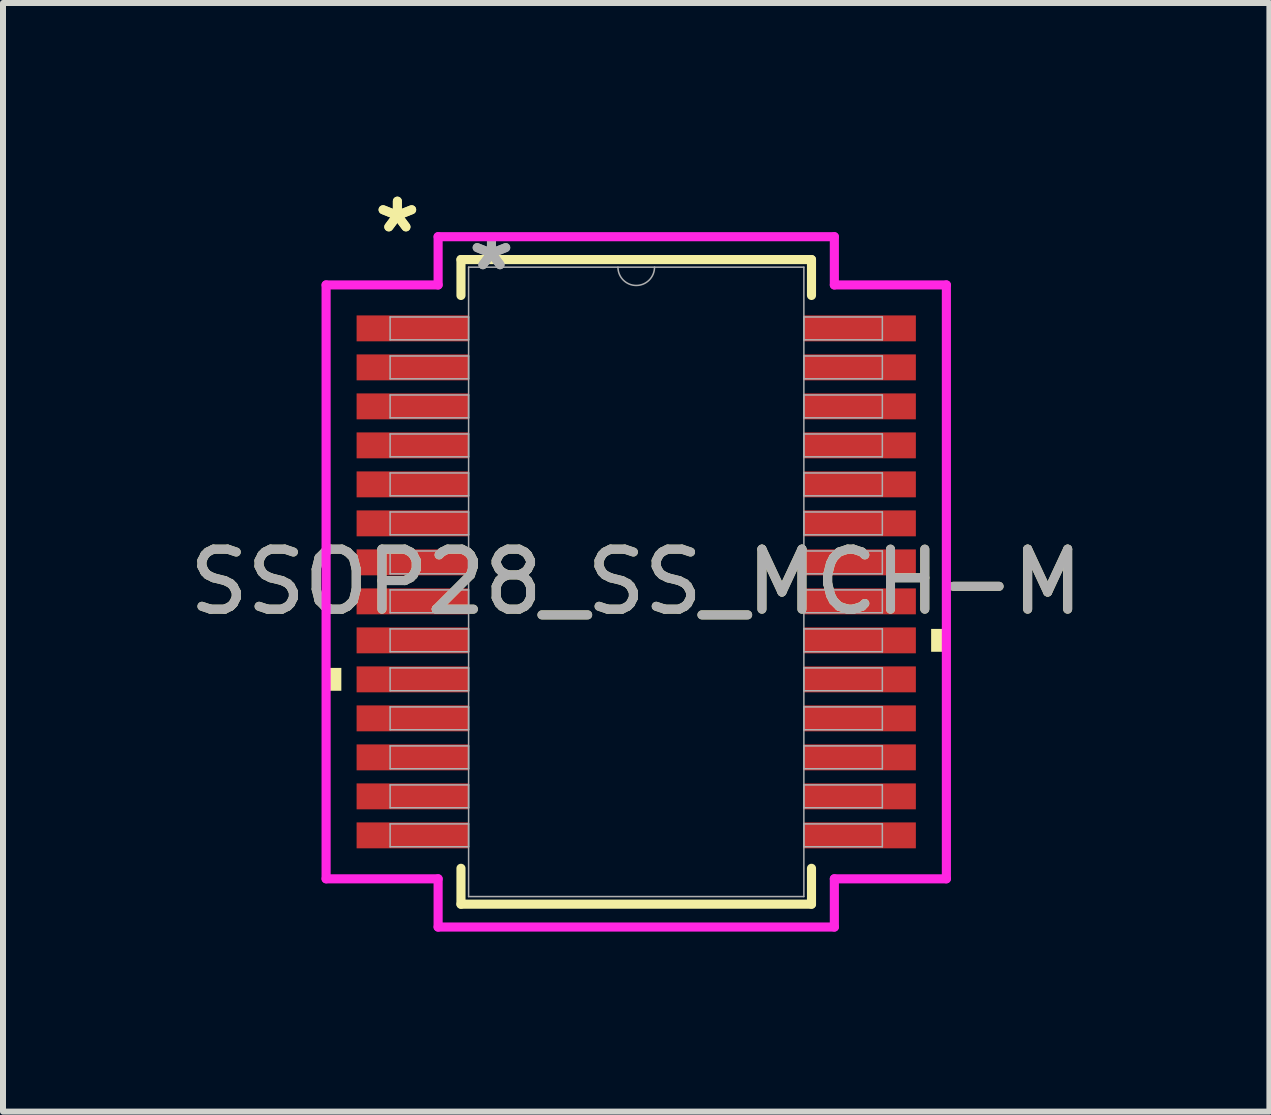
<source format=kicad_pcb>
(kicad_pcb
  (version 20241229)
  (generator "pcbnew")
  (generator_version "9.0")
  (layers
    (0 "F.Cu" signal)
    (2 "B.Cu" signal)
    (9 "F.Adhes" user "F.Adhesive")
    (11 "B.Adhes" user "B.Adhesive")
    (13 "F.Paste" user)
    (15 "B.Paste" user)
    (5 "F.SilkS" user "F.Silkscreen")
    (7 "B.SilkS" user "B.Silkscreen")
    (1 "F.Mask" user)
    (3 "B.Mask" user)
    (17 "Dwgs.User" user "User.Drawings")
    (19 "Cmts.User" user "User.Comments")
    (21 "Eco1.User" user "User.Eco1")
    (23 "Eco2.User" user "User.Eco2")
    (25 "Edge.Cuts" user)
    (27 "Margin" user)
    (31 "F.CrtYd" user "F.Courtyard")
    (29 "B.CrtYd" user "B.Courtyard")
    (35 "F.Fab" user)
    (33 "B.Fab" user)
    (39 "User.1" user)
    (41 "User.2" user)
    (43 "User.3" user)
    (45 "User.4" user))
  (footprint "SSOP28_SS_MCH-M"
    (layer "F.Cu")
    (at 7.554 6.648)
    (property "Reference" "SSOP28_SS_MCH-M" (at 0 0 0) (unlocked yes) (layer "F.SilkS") (effects (font (size 1 1) (thickness 0.15))))
    (attr smd)
    (fp_line (start -2.921 -5.372) (end -2.921 -4.774) (stroke (width 0.152) (type solid)) (layer "F.SilkS"))
    (fp_line (start -2.921 4.774) (end -2.921 5.372) (stroke (width 0.152) (type solid)) (layer "F.SilkS"))
    (fp_line (start -2.921 5.372) (end 2.921 5.372) (stroke (width 0.152) (type solid)) (layer "F.SilkS"))
    (fp_line (start 2.921 -5.372) (end -2.921 -5.372) (stroke (width 0.152) (type solid)) (layer "F.SilkS"))
    (fp_line (start 2.921 -4.774) (end 2.921 -5.372) (stroke (width 0.152) (type solid)) (layer "F.SilkS"))
    (fp_line (start 2.921 5.372) (end 2.921 4.774) (stroke (width 0.152) (type solid)) (layer "F.SilkS"))
    (fp_poly (pts (xy -5.169 1.434) (xy -5.169 1.815) (xy -4.915 1.815) (xy -4.915 1.434)) (stroke (width 0) (type solid)) (fill yes) (layer "F.SilkS"))
    (fp_poly (pts (xy 5.169 0.784) (xy 5.169 1.165) (xy 4.915 1.165) (xy 4.915 0.784)) (stroke (width 0) (type solid)) (fill yes) (layer "F.SilkS"))
    (fp_line (start -5.169 -4.949) (end -3.302 -4.949) (stroke (width 0.152) (type solid)) (layer "F.CrtYd"))
    (fp_line (start -5.169 4.949) (end -5.169 -4.949) (stroke (width 0.152) (type solid)) (layer "F.CrtYd"))
    (fp_line (start -5.169 4.949) (end -3.302 4.949) (stroke (width 0.152) (type solid)) (layer "F.CrtYd"))
    (fp_line (start -3.302 -5.753) (end 3.302 -5.753) (stroke (width 0.152) (type solid)) (layer "F.CrtYd"))
    (fp_line (start -3.302 -4.949) (end -3.302 -5.753) (stroke (width 0.152) (type solid)) (layer "F.CrtYd"))
    (fp_line (start -3.302 5.753) (end -3.302 4.949) (stroke (width 0.152) (type solid)) (layer "F.CrtYd"))
    (fp_line (start 3.302 -5.753) (end 3.302 -4.949) (stroke (width 0.152) (type solid)) (layer "F.CrtYd"))
    (fp_line (start 3.302 4.949) (end 3.302 5.753) (stroke (width 0.152) (type solid)) (layer "F.CrtYd"))
    (fp_line (start 3.302 5.753) (end -3.302 5.753) (stroke (width 0.152) (type solid)) (layer "F.CrtYd"))
    (fp_line (start 5.169 -4.949) (end 3.302 -4.949) (stroke (width 0.152) (type solid)) (layer "F.CrtYd"))
    (fp_line (start 5.169 -4.949) (end 5.169 4.949) (stroke (width 0.152) (type solid)) (layer "F.CrtYd"))
    (fp_line (start 5.169 4.949) (end 3.302 4.949) (stroke (width 0.152) (type solid)) (layer "F.CrtYd"))
    (fp_line (start -4.102 -4.415) (end -4.102 -4.034) (stroke (width 0.025) (type solid)) (layer "F.Fab"))
    (fp_line (start -4.102 -4.034) (end -2.794 -4.034) (stroke (width 0.025) (type solid)) (layer "F.Fab"))
    (fp_line (start -4.102 -3.765) (end -4.102 -3.384) (stroke (width 0.025) (type solid)) (layer "F.Fab"))
    (fp_line (start -4.102 -3.384) (end -2.794 -3.384) (stroke (width 0.025) (type solid)) (layer "F.Fab"))
    (fp_line (start -4.102 -3.115) (end -4.102 -2.734) (stroke (width 0.025) (type solid)) (layer "F.Fab"))
    (fp_line (start -4.102 -2.734) (end -2.794 -2.734) (stroke (width 0.025) (type solid)) (layer "F.Fab"))
    (fp_line (start -4.102 -2.465) (end -4.102 -2.084) (stroke (width 0.025) (type solid)) (layer "F.Fab"))
    (fp_line (start -4.102 -2.084) (end -2.794 -2.084) (stroke (width 0.025) (type solid)) (layer "F.Fab"))
    (fp_line (start -4.102 -1.815) (end -4.102 -1.434) (stroke (width 0.025) (type solid)) (layer "F.Fab"))
    (fp_line (start -4.102 -1.434) (end -2.794 -1.434) (stroke (width 0.025) (type solid)) (layer "F.Fab"))
    (fp_line (start -4.102 -1.165) (end -4.102 -0.784) (stroke (width 0.025) (type solid)) (layer "F.Fab"))
    (fp_line (start -4.102 -0.784) (end -2.794 -0.784) (stroke (width 0.025) (type solid)) (layer "F.Fab"))
    (fp_line (start -4.102 -0.515) (end -4.102 -0.134) (stroke (width 0.025) (type solid)) (layer "F.Fab"))
    (fp_line (start -4.102 -0.134) (end -2.794 -0.134) (stroke (width 0.025) (type solid)) (layer "F.Fab"))
    (fp_line (start -4.102 0.134) (end -4.102 0.515) (stroke (width 0.025) (type solid)) (layer "F.Fab"))
    (fp_line (start -4.102 0.515) (end -2.794 0.515) (stroke (width 0.025) (type solid)) (layer "F.Fab"))
    (fp_line (start -4.102 0.784) (end -4.102 1.165) (stroke (width 0.025) (type solid)) (layer "F.Fab"))
    (fp_line (start -4.102 1.165) (end -2.794 1.165) (stroke (width 0.025) (type solid)) (layer "F.Fab"))
    (fp_line (start -4.102 1.434) (end -4.102 1.815) (stroke (width 0.025) (type solid)) (layer "F.Fab"))
    (fp_line (start -4.102 1.815) (end -2.794 1.815) (stroke (width 0.025) (type solid)) (layer "F.Fab"))
    (fp_line (start -4.102 2.084) (end -4.102 2.465) (stroke (width 0.025) (type solid)) (layer "F.Fab"))
    (fp_line (start -4.102 2.465) (end -2.794 2.465) (stroke (width 0.025) (type solid)) (layer "F.Fab"))
    (fp_line (start -4.102 2.734) (end -4.102 3.115) (stroke (width 0.025) (type solid)) (layer "F.Fab"))
    (fp_line (start -4.102 3.115) (end -2.794 3.115) (stroke (width 0.025) (type solid)) (layer "F.Fab"))
    (fp_line (start -4.102 3.384) (end -4.102 3.765) (stroke (width 0.025) (type solid)) (layer "F.Fab"))
    (fp_line (start -4.102 3.765) (end -2.794 3.765) (stroke (width 0.025) (type solid)) (layer "F.Fab"))
    (fp_line (start -4.102 4.034) (end -4.102 4.415) (stroke (width 0.025) (type solid)) (layer "F.Fab"))
    (fp_line (start -4.102 4.415) (end -2.794 4.415) (stroke (width 0.025) (type solid)) (layer "F.Fab"))
    (fp_line (start -2.794 -5.245) (end -2.794 5.245) (stroke (width 0.025) (type solid)) (layer "F.Fab"))
    (fp_line (start -2.794 -4.415) (end -4.102 -4.415) (stroke (width 0.025) (type solid)) (layer "F.Fab"))
    (fp_line (start -2.794 -4.034) (end -2.794 -4.415) (stroke (width 0.025) (type solid)) (layer "F.Fab"))
    (fp_line (start -2.794 -3.765) (end -4.102 -3.765) (stroke (width 0.025) (type solid)) (layer "F.Fab"))
    (fp_line (start -2.794 -3.384) (end -2.794 -3.765) (stroke (width 0.025) (type solid)) (layer "F.Fab"))
    (fp_line (start -2.794 -3.115) (end -4.102 -3.115) (stroke (width 0.025) (type solid)) (layer "F.Fab"))
    (fp_line (start -2.794 -2.734) (end -2.794 -3.115) (stroke (width 0.025) (type solid)) (layer "F.Fab"))
    (fp_line (start -2.794 -2.465) (end -4.102 -2.465) (stroke (width 0.025) (type solid)) (layer "F.Fab"))
    (fp_line (start -2.794 -2.084) (end -2.794 -2.465) (stroke (width 0.025) (type solid)) (layer "F.Fab"))
    (fp_line (start -2.794 -1.815) (end -4.102 -1.815) (stroke (width 0.025) (type solid)) (layer "F.Fab"))
    (fp_line (start -2.794 -1.434) (end -2.794 -1.815) (stroke (width 0.025) (type solid)) (layer "F.Fab"))
    (fp_line (start -2.794 -1.165) (end -4.102 -1.165) (stroke (width 0.025) (type solid)) (layer "F.Fab"))
    (fp_line (start -2.794 -0.784) (end -2.794 -1.165) (stroke (width 0.025) (type solid)) (layer "F.Fab"))
    (fp_line (start -2.794 -0.515) (end -4.102 -0.515) (stroke (width 0.025) (type solid)) (layer "F.Fab"))
    (fp_line (start -2.794 -0.134) (end -2.794 -0.515) (stroke (width 0.025) (type solid)) (layer "F.Fab"))
    (fp_line (start -2.794 0.134) (end -4.102 0.134) (stroke (width 0.025) (type solid)) (layer "F.Fab"))
    (fp_line (start -2.794 0.515) (end -2.794 0.134) (stroke (width 0.025) (type solid)) (layer "F.Fab"))
    (fp_line (start -2.794 0.784) (end -4.102 0.784) (stroke (width 0.025) (type solid)) (layer "F.Fab"))
    (fp_line (start -2.794 1.165) (end -2.794 0.784) (stroke (width 0.025) (type solid)) (layer "F.Fab"))
    (fp_line (start -2.794 1.434) (end -4.102 1.434) (stroke (width 0.025) (type solid)) (layer "F.Fab"))
    (fp_line (start -2.794 1.815) (end -2.794 1.434) (stroke (width 0.025) (type solid)) (layer "F.Fab"))
    (fp_line (start -2.794 2.084) (end -4.102 2.084) (stroke (width 0.025) (type solid)) (layer "F.Fab"))
    (fp_line (start -2.794 2.465) (end -2.794 2.084) (stroke (width 0.025) (type solid)) (layer "F.Fab"))
    (fp_line (start -2.794 2.734) (end -4.102 2.734) (stroke (width 0.025) (type solid)) (layer "F.Fab"))
    (fp_line (start -2.794 3.115) (end -2.794 2.734) (stroke (width 0.025) (type solid)) (layer "F.Fab"))
    (fp_line (start -2.794 3.384) (end -4.102 3.384) (stroke (width 0.025) (type solid)) (layer "F.Fab"))
    (fp_line (start -2.794 3.765) (end -2.794 3.384) (stroke (width 0.025) (type solid)) (layer "F.Fab"))
    (fp_line (start -2.794 4.034) (end -4.102 4.034) (stroke (width 0.025) (type solid)) (layer "F.Fab"))
    (fp_line (start -2.794 4.415) (end -2.794 4.034) (stroke (width 0.025) (type solid)) (layer "F.Fab"))
    (fp_line (start -2.794 5.245) (end 2.794 5.245) (stroke (width 0.025) (type solid)) (layer "F.Fab"))
    (fp_line (start 2.794 -5.245) (end -2.794 -5.245) (stroke (width 0.025) (type solid)) (layer "F.Fab"))
    (fp_line (start 2.794 -4.415) (end 2.794 -4.034) (stroke (width 0.025) (type solid)) (layer "F.Fab"))
    (fp_line (start 2.794 -4.034) (end 4.102 -4.034) (stroke (width 0.025) (type solid)) (layer "F.Fab"))
    (fp_line (start 2.794 -3.765) (end 2.794 -3.384) (stroke (width 0.025) (type solid)) (layer "F.Fab"))
    (fp_line (start 2.794 -3.384) (end 4.102 -3.384) (stroke (width 0.025) (type solid)) (layer "F.Fab"))
    (fp_line (start 2.794 -3.115) (end 2.794 -2.734) (stroke (width 0.025) (type solid)) (layer "F.Fab"))
    (fp_line (start 2.794 -2.734) (end 4.102 -2.734) (stroke (width 0.025) (type solid)) (layer "F.Fab"))
    (fp_line (start 2.794 -2.465) (end 2.794 -2.084) (stroke (width 0.025) (type solid)) (layer "F.Fab"))
    (fp_line (start 2.794 -2.084) (end 4.102 -2.084) (stroke (width 0.025) (type solid)) (layer "F.Fab"))
    (fp_line (start 2.794 -1.815) (end 2.794 -1.434) (stroke (width 0.025) (type solid)) (layer "F.Fab"))
    (fp_line (start 2.794 -1.434) (end 4.102 -1.434) (stroke (width 0.025) (type solid)) (layer "F.Fab"))
    (fp_line (start 2.794 -1.165) (end 2.794 -0.784) (stroke (width 0.025) (type solid)) (layer "F.Fab"))
    (fp_line (start 2.794 -0.784) (end 4.102 -0.784) (stroke (width 0.025) (type solid)) (layer "F.Fab"))
    (fp_line (start 2.794 -0.515) (end 2.794 -0.134) (stroke (width 0.025) (type solid)) (layer "F.Fab"))
    (fp_line (start 2.794 -0.134) (end 4.102 -0.134) (stroke (width 0.025) (type solid)) (layer "F.Fab"))
    (fp_line (start 2.794 0.134) (end 2.794 0.515) (stroke (width 0.025) (type solid)) (layer "F.Fab"))
    (fp_line (start 2.794 0.515) (end 4.102 0.515) (stroke (width 0.025) (type solid)) (layer "F.Fab"))
    (fp_line (start 2.794 0.784) (end 2.794 1.165) (stroke (width 0.025) (type solid)) (layer "F.Fab"))
    (fp_line (start 2.794 1.165) (end 4.102 1.165) (stroke (width 0.025) (type solid)) (layer "F.Fab"))
    (fp_line (start 2.794 1.434) (end 2.794 1.815) (stroke (width 0.025) (type solid)) (layer "F.Fab"))
    (fp_line (start 2.794 1.815) (end 4.102 1.815) (stroke (width 0.025) (type solid)) (layer "F.Fab"))
    (fp_line (start 2.794 2.084) (end 2.794 2.465) (stroke (width 0.025) (type solid)) (layer "F.Fab"))
    (fp_line (start 2.794 2.465) (end 4.102 2.465) (stroke (width 0.025) (type solid)) (layer "F.Fab"))
    (fp_line (start 2.794 2.734) (end 2.794 3.115) (stroke (width 0.025) (type solid)) (layer "F.Fab"))
    (fp_line (start 2.794 3.115) (end 4.102 3.115) (stroke (width 0.025) (type solid)) (layer "F.Fab"))
    (fp_line (start 2.794 3.384) (end 2.794 3.765) (stroke (width 0.025) (type solid)) (layer "F.Fab"))
    (fp_line (start 2.794 3.765) (end 4.102 3.765) (stroke (width 0.025) (type solid)) (layer "F.Fab"))
    (fp_line (start 2.794 4.034) (end 2.794 4.415) (stroke (width 0.025) (type solid)) (layer "F.Fab"))
    (fp_line (start 2.794 4.415) (end 4.102 4.415) (stroke (width 0.025) (type solid)) (layer "F.Fab"))
    (fp_line (start 2.794 5.245) (end 2.794 -5.245) (stroke (width 0.025) (type solid)) (layer "F.Fab"))
    (fp_line (start 4.102 -4.415) (end 2.794 -4.415) (stroke (width 0.025) (type solid)) (layer "F.Fab"))
    (fp_line (start 4.102 -4.034) (end 4.102 -4.415) (stroke (width 0.025) (type solid)) (layer "F.Fab"))
    (fp_line (start 4.102 -3.765) (end 2.794 -3.765) (stroke (width 0.025) (type solid)) (layer "F.Fab"))
    (fp_line (start 4.102 -3.384) (end 4.102 -3.765) (stroke (width 0.025) (type solid)) (layer "F.Fab"))
    (fp_line (start 4.102 -3.115) (end 2.794 -3.115) (stroke (width 0.025) (type solid)) (layer "F.Fab"))
    (fp_line (start 4.102 -2.734) (end 4.102 -3.115) (stroke (width 0.025) (type solid)) (layer "F.Fab"))
    (fp_line (start 4.102 -2.465) (end 2.794 -2.465) (stroke (width 0.025) (type solid)) (layer "F.Fab"))
    (fp_line (start 4.102 -2.084) (end 4.102 -2.465) (stroke (width 0.025) (type solid)) (layer "F.Fab"))
    (fp_line (start 4.102 -1.815) (end 2.794 -1.815) (stroke (width 0.025) (type solid)) (layer "F.Fab"))
    (fp_line (start 4.102 -1.434) (end 4.102 -1.815) (stroke (width 0.025) (type solid)) (layer "F.Fab"))
    (fp_line (start 4.102 -1.165) (end 2.794 -1.165) (stroke (width 0.025) (type solid)) (layer "F.Fab"))
    (fp_line (start 4.102 -0.784) (end 4.102 -1.165) (stroke (width 0.025) (type solid)) (layer "F.Fab"))
    (fp_line (start 4.102 -0.515) (end 2.794 -0.515) (stroke (width 0.025) (type solid)) (layer "F.Fab"))
    (fp_line (start 4.102 -0.134) (end 4.102 -0.515) (stroke (width 0.025) (type solid)) (layer "F.Fab"))
    (fp_line (start 4.102 0.134) (end 2.794 0.134) (stroke (width 0.025) (type solid)) (layer "F.Fab"))
    (fp_line (start 4.102 0.515) (end 4.102 0.134) (stroke (width 0.025) (type solid)) (layer "F.Fab"))
    (fp_line (start 4.102 0.784) (end 2.794 0.784) (stroke (width 0.025) (type solid)) (layer "F.Fab"))
    (fp_line (start 4.102 1.165) (end 4.102 0.784) (stroke (width 0.025) (type solid)) (layer "F.Fab"))
    (fp_line (start 4.102 1.434) (end 2.794 1.434) (stroke (width 0.025) (type solid)) (layer "F.Fab"))
    (fp_line (start 4.102 1.815) (end 4.102 1.434) (stroke (width 0.025) (type solid)) (layer "F.Fab"))
    (fp_line (start 4.102 2.084) (end 2.794 2.084) (stroke (width 0.025) (type solid)) (layer "F.Fab"))
    (fp_line (start 4.102 2.465) (end 4.102 2.084) (stroke (width 0.025) (type solid)) (layer "F.Fab"))
    (fp_line (start 4.102 2.734) (end 2.794 2.734) (stroke (width 0.025) (type solid)) (layer "F.Fab"))
    (fp_line (start 4.102 3.115) (end 4.102 2.734) (stroke (width 0.025) (type solid)) (layer "F.Fab"))
    (fp_line (start 4.102 3.384) (end 2.794 3.384) (stroke (width 0.025) (type solid)) (layer "F.Fab"))
    (fp_line (start 4.102 3.765) (end 4.102 3.384) (stroke (width 0.025) (type solid)) (layer "F.Fab"))
    (fp_line (start 4.102 4.034) (end 2.794 4.034) (stroke (width 0.025) (type solid)) (layer "F.Fab"))
    (fp_line (start 4.102 4.415) (end 4.102 4.034) (stroke (width 0.025) (type solid)) (layer "F.Fab"))
    (fp_arc (start 0.3048 -5.2451) (mid 0 -4.9403) (end -0.3048 -5.2451) (stroke (width 0.0254) (type solid)) (layer "F.Fab"))
    (fp_text user "*" (at -3.981 -5.8 0) (layer "F.SilkS") (effects (font (size 1 1) (thickness 0.15))))
    (fp_text user "*" (at -3.981 -5.8 0) (unlocked yes) (layer "F.SilkS") (effects (font (size 1 1) (thickness 0.15))))
    (fp_text user "*" (at -2.413 -5.169 0) (unlocked yes) (layer "F.Fab") (effects (font (size 1 1) (thickness 0.15))))
    (fp_text user "${REFERENCE}" (at 0 0 0) (unlocked yes) (layer "F.Fab") (effects (font (size 1 1) (thickness 0.15))))
    (fp_text user "*" (at -2.413 -5.169 0) (layer "F.Fab") (effects (font (size 1 1) (thickness 0.15))))
    (pad "1" smd rect (at -3.727 -4.225) (size 1.867 0.432) (layers "F.Cu" "F.Mask" "F.Paste"))
    (pad "2" smd rect (at -3.727 -3.575) (size 1.867 0.432) (layers "F.Cu" "F.Mask" "F.Paste"))
    (pad "3" smd rect (at -3.727 -2.925) (size 1.867 0.432) (layers "F.Cu" "F.Mask" "F.Paste"))
    (pad "4" smd rect (at -3.727 -2.275) (size 1.867 0.432) (layers "F.Cu" "F.Mask" "F.Paste"))
    (pad "5" smd rect (at -3.727 -1.625) (size 1.867 0.432) (layers "F.Cu" "F.Mask" "F.Paste"))
    (pad "6" smd rect (at -3.727 -0.975) (size 1.867 0.432) (layers "F.Cu" "F.Mask" "F.Paste"))
    (pad "7" smd rect (at -3.727 -0.325) (size 1.867 0.432) (layers "F.Cu" "F.Mask" "F.Paste"))
    (pad "8" smd rect (at -3.727 0.325) (size 1.867 0.432) (layers "F.Cu" "F.Mask" "F.Paste"))
    (pad "9" smd rect (at -3.727 0.975) (size 1.867 0.432) (layers "F.Cu" "F.Mask" "F.Paste"))
    (pad "10" smd rect (at -3.727 1.625) (size 1.867 0.432) (layers "F.Cu" "F.Mask" "F.Paste"))
    (pad "11" smd rect (at -3.727 2.275) (size 1.867 0.432) (layers "F.Cu" "F.Mask" "F.Paste"))
    (pad "12" smd rect (at -3.727 2.925) (size 1.867 0.432) (layers "F.Cu" "F.Mask" "F.Paste"))
    (pad "13" smd rect (at -3.727 3.575) (size 1.867 0.432) (layers "F.Cu" "F.Mask" "F.Paste"))
    (pad "14" smd rect (at -3.727 4.225) (size 1.867 0.432) (layers "F.Cu" "F.Mask" "F.Paste"))
    (pad "15" smd rect (at 3.727 4.225) (size 1.867 0.432) (layers "F.Cu" "F.Mask" "F.Paste"))
    (pad "16" smd rect (at 3.727 3.575) (size 1.867 0.432) (layers "F.Cu" "F.Mask" "F.Paste"))
    (pad "17" smd rect (at 3.727 2.925) (size 1.867 0.432) (layers "F.Cu" "F.Mask" "F.Paste"))
    (pad "18" smd rect (at 3.727 2.275) (size 1.867 0.432) (layers "F.Cu" "F.Mask" "F.Paste"))
    (pad "19" smd rect (at 3.727 1.625) (size 1.867 0.432) (layers "F.Cu" "F.Mask" "F.Paste"))
    (pad "20" smd rect (at 3.727 0.975) (size 1.867 0.432) (layers "F.Cu" "F.Mask" "F.Paste"))
    (pad "21" smd rect (at 3.727 0.325) (size 1.867 0.432) (layers "F.Cu" "F.Mask" "F.Paste"))
    (pad "22" smd rect (at 3.727 -0.325) (size 1.867 0.432) (layers "F.Cu" "F.Mask" "F.Paste"))
    (pad "23" smd rect (at 3.727 -0.975) (size 1.867 0.432) (layers "F.Cu" "F.Mask" "F.Paste"))
    (pad "24" smd rect (at 3.727 -1.625) (size 1.867 0.432) (layers "F.Cu" "F.Mask" "F.Paste"))
    (pad "25" smd rect (at 3.727 -2.275) (size 1.867 0.432) (layers "F.Cu" "F.Mask" "F.Paste"))
    (pad "26" smd rect (at 3.727 -2.925) (size 1.867 0.432) (layers "F.Cu" "F.Mask" "F.Paste"))
    (pad "27" smd rect (at 3.727 -3.575) (size 1.867 0.432) (layers "F.Cu" "F.Mask" "F.Paste"))
    (pad "28" smd rect (at 3.727 -4.225) (size 1.867 0.432) (layers "F.Cu" "F.Mask" "F.Paste")))
  (gr_rect
    (start -3 -3)
    (end 18.107 15.477)
    (stroke (width 0.1) (type default))
    (fill no)
    (layer "Edge.Cuts")))
</source>
